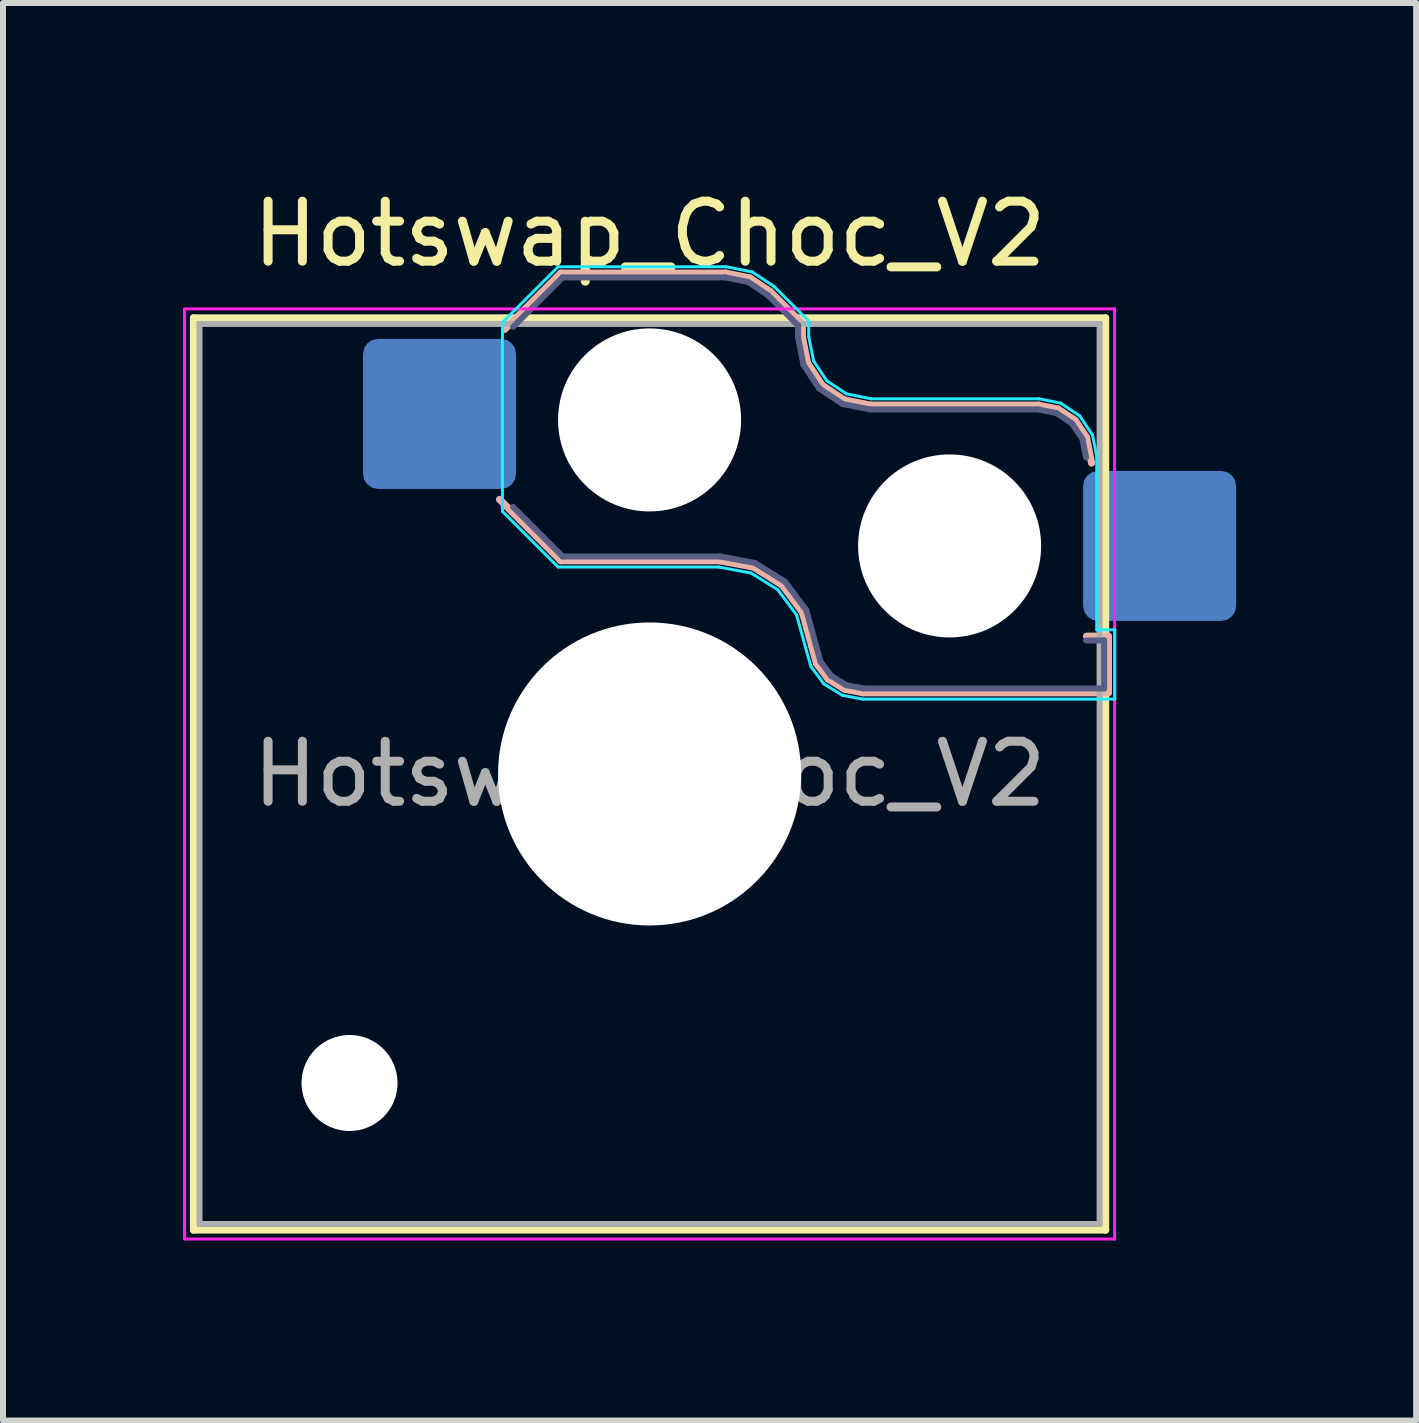
<source format=kicad_pcb>
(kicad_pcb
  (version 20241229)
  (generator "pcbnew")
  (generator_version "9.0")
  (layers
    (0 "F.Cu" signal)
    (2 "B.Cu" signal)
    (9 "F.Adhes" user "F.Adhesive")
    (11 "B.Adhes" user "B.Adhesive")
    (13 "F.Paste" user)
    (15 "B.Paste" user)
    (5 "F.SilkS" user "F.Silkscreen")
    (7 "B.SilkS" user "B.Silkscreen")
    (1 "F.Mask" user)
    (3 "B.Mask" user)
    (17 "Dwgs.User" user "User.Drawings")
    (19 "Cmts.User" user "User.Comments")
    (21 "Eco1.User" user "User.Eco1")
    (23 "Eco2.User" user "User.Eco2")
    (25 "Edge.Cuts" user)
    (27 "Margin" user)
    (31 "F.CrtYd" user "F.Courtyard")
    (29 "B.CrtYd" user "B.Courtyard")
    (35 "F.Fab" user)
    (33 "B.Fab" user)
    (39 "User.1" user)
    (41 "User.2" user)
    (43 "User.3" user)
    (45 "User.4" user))
  (footprint "Hotswap_Choc_V2"
    (layer "F.Cu")
    (at 7.775 9.848)
    (property "Reference" "Hotswap_Choc_V2" (at 0 -9 0) (layer "F.SilkS") (effects (font (size 1 1) (thickness 0.15))))
    (attr smd)
    (fp_line (start -7.6 -7.6) (end -7.6 7.6) (stroke (width 0.12) (type solid)) (layer "F.SilkS"))
    (fp_line (start -7.6 7.6) (end 7.6 7.6) (stroke (width 0.12) (type solid)) (layer "F.SilkS"))
    (fp_line (start 7.6 -7.6) (end -7.6 -7.6) (stroke (width 0.12) (type solid)) (layer "F.SilkS"))
    (fp_line (start 7.6 7.6) (end 7.6 -7.6) (stroke (width 0.12) (type solid)) (layer "F.SilkS"))
    (fp_line (start -2.416 -7.409) (end -1.479 -8.346) (stroke (width 0.12) (type solid)) (layer "B.SilkS"))
    (fp_line (start -1.479 -8.346) (end 1.268 -8.346) (stroke (width 0.12) (type solid)) (layer "B.SilkS"))
    (fp_line (start -1.479 -3.554) (end -2.5 -4.575) (stroke (width 0.12) (type solid)) (layer "B.SilkS"))
    (fp_line (start 1.168 -3.554) (end -1.479 -3.554) (stroke (width 0.12) (type solid)) (layer "B.SilkS"))
    (fp_line (start 1.268 -8.346) (end 1.671 -8.266) (stroke (width 0.12) (type solid)) (layer "B.SilkS"))
    (fp_line (start 1.671 -8.266) (end 2.013 -8.037) (stroke (width 0.12) (type solid)) (layer "B.SilkS"))
    (fp_line (start 1.73 -3.449) (end 1.168 -3.554) (stroke (width 0.12) (type solid)) (layer "B.SilkS"))
    (fp_line (start 2.013 -8.037) (end 2.546 -7.504) (stroke (width 0.12) (type solid)) (layer "B.SilkS"))
    (fp_line (start 2.209 -3.15) (end 1.73 -3.449) (stroke (width 0.12) (type solid)) (layer "B.SilkS"))
    (fp_line (start 2.546 -7.504) (end 2.546 -7.282) (stroke (width 0.12) (type solid)) (layer "B.SilkS"))
    (fp_line (start 2.546 -7.282) (end 2.633 -6.844) (stroke (width 0.12) (type solid)) (layer "B.SilkS"))
    (fp_line (start 2.547 -2.697) (end 2.209 -3.15) (stroke (width 0.12) (type solid)) (layer "B.SilkS"))
    (fp_line (start 2.633 -6.844) (end 2.877 -6.477) (stroke (width 0.12) (type solid)) (layer "B.SilkS"))
    (fp_line (start 2.701 -2.139) (end 2.547 -2.697) (stroke (width 0.12) (type solid)) (layer "B.SilkS"))
    (fp_line (start 2.783 -1.841) (end 2.701 -2.139) (stroke (width 0.12) (type solid)) (layer "B.SilkS"))
    (fp_line (start 2.877 -6.477) (end 3.244 -6.233) (stroke (width 0.12) (type solid)) (layer "B.SilkS"))
    (fp_line (start 2.976 -1.583) (end 2.783 -1.841) (stroke (width 0.12) (type solid)) (layer "B.SilkS"))
    (fp_line (start 3.244 -6.233) (end 3.682 -6.146) (stroke (width 0.12) (type solid)) (layer "B.SilkS"))
    (fp_line (start 3.25 -1.413) (end 2.976 -1.583) (stroke (width 0.12) (type solid)) (layer "B.SilkS"))
    (fp_line (start 3.56 -1.354) (end 3.25 -1.413) (stroke (width 0.12) (type solid)) (layer "B.SilkS"))
    (fp_line (start 3.682 -6.146) (end 6.482 -6.146) (stroke (width 0.12) (type solid)) (layer "B.SilkS"))
    (fp_line (start 6.482 -6.146) (end 6.809 -6.081) (stroke (width 0.12) (type solid)) (layer "B.SilkS"))
    (fp_line (start 6.809 -6.081) (end 7.092 -5.892) (stroke (width 0.12) (type solid)) (layer "B.SilkS"))
    (fp_line (start 7.092 -5.892) (end 7.281 -5.609) (stroke (width 0.12) (type solid)) (layer "B.SilkS"))
    (fp_line (start 7.281 -5.609) (end 7.366 -5.182) (stroke (width 0.12) (type solid)) (layer "B.SilkS"))
    (fp_line (start 7.283 -2.296) (end 7.646 -2.296) (stroke (width 0.12) (type solid)) (layer "B.SilkS"))
    (fp_line (start 7.646 -2.296) (end 7.646 -1.354) (stroke (width 0.12) (type solid)) (layer "B.SilkS"))
    (fp_line (start 7.646 -1.354) (end 3.56 -1.354) (stroke (width 0.12) (type solid)) (layer "B.SilkS"))
    (fp_line (start -7.25 -7.25) (end -7.25 7.25) (stroke (width 0.1) (type solid)) (layer "Eco1.User"))
    (fp_line (start -7.25 7.25) (end 7.25 7.25) (stroke (width 0.1) (type solid)) (layer "Eco1.User"))
    (fp_line (start 7.25 -7.25) (end -7.25 -7.25) (stroke (width 0.1) (type solid)) (layer "Eco1.User"))
    (fp_line (start 7.25 7.25) (end 7.25 -7.25) (stroke (width 0.1) (type solid)) (layer "Eco1.User"))
    (fp_line (start -2.452 -7.523) (end -1.523 -8.452) (stroke (width 0.05) (type solid)) (layer "B.CrtYd"))
    (fp_line (start -2.452 -4.377) (end -2.452 -7.523) (stroke (width 0.05) (type solid)) (layer "B.CrtYd"))
    (fp_line (start -1.523 -8.452) (end 1.278 -8.452) (stroke (width 0.05) (type solid)) (layer "B.CrtYd"))
    (fp_line (start -1.523 -3.448) (end -2.452 -4.377) (stroke (width 0.05) (type solid)) (layer "B.CrtYd"))
    (fp_line (start 1.159 -3.448) (end -1.523 -3.448) (stroke (width 0.05) (type solid)) (layer "B.CrtYd"))
    (fp_line (start 1.278 -8.452) (end 1.712 -8.366) (stroke (width 0.05) (type solid)) (layer "B.CrtYd"))
    (fp_line (start 1.691 -3.348) (end 1.159 -3.448) (stroke (width 0.05) (type solid)) (layer "B.CrtYd"))
    (fp_line (start 1.712 -8.366) (end 2.081 -8.119) (stroke (width 0.05) (type solid)) (layer "B.CrtYd"))
    (fp_line (start 2.081 -8.119) (end 2.652 -7.548) (stroke (width 0.05) (type solid)) (layer "B.CrtYd"))
    (fp_line (start 2.136 -3.071) (end 1.691 -3.348) (stroke (width 0.05) (type solid)) (layer "B.CrtYd"))
    (fp_line (start 2.45 -2.65) (end 2.136 -3.071) (stroke (width 0.05) (type solid)) (layer "B.CrtYd"))
    (fp_line (start 2.599 -2.111) (end 2.45 -2.65) (stroke (width 0.05) (type solid)) (layer "B.CrtYd"))
    (fp_line (start 2.652 -7.548) (end 2.652 -7.292) (stroke (width 0.05) (type solid)) (layer "B.CrtYd"))
    (fp_line (start 2.652 -7.292) (end 2.733 -6.885) (stroke (width 0.05) (type solid)) (layer "B.CrtYd"))
    (fp_line (start 2.687 -1.794) (end 2.599 -2.111) (stroke (width 0.05) (type solid)) (layer "B.CrtYd"))
    (fp_line (start 2.733 -6.885) (end 2.953 -6.553) (stroke (width 0.05) (type solid)) (layer "B.CrtYd"))
    (fp_line (start 2.903 -1.503) (end 2.687 -1.794) (stroke (width 0.05) (type solid)) (layer "B.CrtYd"))
    (fp_line (start 2.953 -6.553) (end 3.285 -6.333) (stroke (width 0.05) (type solid)) (layer "B.CrtYd"))
    (fp_line (start 3.211 -1.312) (end 2.903 -1.503) (stroke (width 0.05) (type solid)) (layer "B.CrtYd"))
    (fp_line (start 3.285 -6.333) (end 3.692 -6.252) (stroke (width 0.05) (type solid)) (layer "B.CrtYd"))
    (fp_line (start 3.55 -1.248) (end 3.211 -1.312) (stroke (width 0.05) (type solid)) (layer "B.CrtYd"))
    (fp_line (start 3.692 -6.252) (end 6.492 -6.252) (stroke (width 0.05) (type solid)) (layer "B.CrtYd"))
    (fp_line (start 6.492 -6.252) (end 6.85 -6.181) (stroke (width 0.05) (type solid)) (layer "B.CrtYd"))
    (fp_line (start 6.85 -6.181) (end 7.168 -5.968) (stroke (width 0.05) (type solid)) (layer "B.CrtYd"))
    (fp_line (start 7.168 -5.968) (end 7.381 -5.65) (stroke (width 0.05) (type solid)) (layer "B.CrtYd"))
    (fp_line (start 7.381 -5.65) (end 7.452 -5.292) (stroke (width 0.05) (type solid)) (layer "B.CrtYd"))
    (fp_line (start 7.452 -5.292) (end 7.452 -2.402) (stroke (width 0.05) (type solid)) (layer "B.CrtYd"))
    (fp_line (start 7.452 -2.402) (end 7.752 -2.402) (stroke (width 0.05) (type solid)) (layer "B.CrtYd"))
    (fp_line (start 7.752 -2.402) (end 7.752 -1.248) (stroke (width 0.05) (type solid)) (layer "B.CrtYd"))
    (fp_line (start 7.752 -1.248) (end 3.55 -1.248) (stroke (width 0.05) (type solid)) (layer "B.CrtYd"))
    (fp_line (start -7.75 -7.75) (end -7.75 7.75) (stroke (width 0.05) (type solid)) (layer "F.CrtYd"))
    (fp_line (start -7.75 7.75) (end 7.75 7.75) (stroke (width 0.05) (type solid)) (layer "F.CrtYd"))
    (fp_line (start 7.75 -7.75) (end -7.75 -7.75) (stroke (width 0.05) (type solid)) (layer "F.CrtYd"))
    (fp_line (start 7.75 7.75) (end 7.75 -7.75) (stroke (width 0.05) (type solid)) (layer "F.CrtYd"))
    (fp_line (start -2.275 -7.45) (end -1.45 -8.275) (stroke (width 0.1) (type solid)) (layer "B.Fab"))
    (fp_line (start -1.45 -8.275) (end 1.261 -8.275) (stroke (width 0.1) (type solid)) (layer "B.Fab"))
    (fp_line (start -1.45 -3.625) (end -2.275 -4.45) (stroke (width 0.1) (type solid)) (layer "B.Fab"))
    (fp_line (start 1.175 -3.625) (end -1.45 -3.625) (stroke (width 0.1) (type solid)) (layer "B.Fab"))
    (fp_line (start 1.261 -8.275) (end 1.643 -8.199) (stroke (width 0.1) (type solid)) (layer "B.Fab"))
    (fp_line (start 1.643 -8.199) (end 1.968 -7.982) (stroke (width 0.1) (type solid)) (layer "B.Fab"))
    (fp_line (start 1.756 -3.516) (end 1.175 -3.625) (stroke (width 0.1) (type solid)) (layer "B.Fab"))
    (fp_line (start 1.968 -7.982) (end 2.475 -7.475) (stroke (width 0.1) (type solid)) (layer "B.Fab"))
    (fp_line (start 2.258 -3.203) (end 1.756 -3.516) (stroke (width 0.1) (type solid)) (layer "B.Fab"))
    (fp_line (start 2.475 -7.475) (end 2.475 -7.275) (stroke (width 0.1) (type solid)) (layer "B.Fab"))
    (fp_line (start 2.475 -7.275) (end 2.566 -6.816) (stroke (width 0.1) (type solid)) (layer "B.Fab"))
    (fp_line (start 2.566 -6.816) (end 2.826 -6.426) (stroke (width 0.1) (type solid)) (layer "B.Fab"))
    (fp_line (start 2.612 -2.729) (end 2.258 -3.203) (stroke (width 0.1) (type solid)) (layer "B.Fab"))
    (fp_line (start 2.769 -2.158) (end 2.612 -2.729) (stroke (width 0.1) (type solid)) (layer "B.Fab"))
    (fp_line (start 2.826 -6.426) (end 3.216 -6.166) (stroke (width 0.1) (type solid)) (layer "B.Fab"))
    (fp_line (start 2.848 -1.873) (end 2.769 -2.158) (stroke (width 0.1) (type solid)) (layer "B.Fab"))
    (fp_line (start 3.025 -1.636) (end 2.848 -1.873) (stroke (width 0.1) (type solid)) (layer "B.Fab"))
    (fp_line (start 3.216 -6.166) (end 3.675 -6.075) (stroke (width 0.1) (type solid)) (layer "B.Fab"))
    (fp_line (start 3.276 -1.48) (end 3.025 -1.636) (stroke (width 0.1) (type solid)) (layer "B.Fab"))
    (fp_line (start 3.567 -1.425) (end 3.276 -1.48) (stroke (width 0.1) (type solid)) (layer "B.Fab"))
    (fp_line (start 3.675 -6.075) (end 6.475 -6.075) (stroke (width 0.1) (type solid)) (layer "B.Fab"))
    (fp_line (start 6.475 -6.075) (end 6.781 -6.014) (stroke (width 0.1) (type solid)) (layer "B.Fab"))
    (fp_line (start 6.781 -6.014) (end 7.041 -5.841) (stroke (width 0.1) (type solid)) (layer "B.Fab"))
    (fp_line (start 7.041 -5.841) (end 7.214 -5.581) (stroke (width 0.1) (type solid)) (layer "B.Fab"))
    (fp_line (start 7.214 -5.581) (end 7.275 -5.275) (stroke (width 0.1) (type solid)) (layer "B.Fab"))
    (fp_line (start 7.275 -2.225) (end 7.575 -2.225) (stroke (width 0.1) (type solid)) (layer "B.Fab"))
    (fp_line (start 7.575 -2.225) (end 7.575 -1.425) (stroke (width 0.1) (type solid)) (layer "B.Fab"))
    (fp_line (start 7.575 -1.425) (end 3.567 -1.425) (stroke (width 0.1) (type solid)) (layer "B.Fab"))
    (fp_line (start -7.5 -7.5) (end -7.5 7.5) (stroke (width 0.1) (type solid)) (layer "F.Fab"))
    (fp_line (start -7.5 7.5) (end 7.5 7.5) (stroke (width 0.1) (type solid)) (layer "F.Fab"))
    (fp_line (start 7.5 -7.5) (end -7.5 -7.5) (stroke (width 0.1) (type solid)) (layer "F.Fab"))
    (fp_line (start 7.5 7.5) (end 7.5 -7.5) (stroke (width 0.1) (type solid)) (layer "F.Fab"))
    (fp_text user "${REFERENCE}" (at 0 0 0) (layer "F.Fab") (effects (font (size 1 1) (thickness 0.15))))
    (pad "" np_thru_hole circle (at -5 5.15) (size 1.6 1.6) (drill 1.6) (layers "*.Cu" "*.Mask"))
    (pad "" np_thru_hole circle (at 0 -5.9) (size 3.05 3.05) (drill 3.05) (layers "*.Cu" "*.Mask"))
    (pad "" np_thru_hole circle (at 0 0) (size 5.05 5.05) (drill 5.05) (layers "*.Cu" "*.Mask"))
    (pad "" np_thru_hole circle (at 5 -3.8) (size 3.05 3.05) (drill 3.05) (layers "*.Cu" "*.Mask"))
    (pad "1" smd roundrect (at -3.5 -6) (size 2.55 2.5) (layers "B.Cu" "B.Mask" "B.Paste") (roundrect_rratio 0.1))
    (pad "2" smd roundrect (at 8.5 -3.8) (size 2.55 2.5) (layers "B.Cu" "B.Mask" "B.Paste") (roundrect_rratio 0.1)))
  (gr_rect
    (start -3 -3)
    (end 20.55 20.623)
    (stroke (width 0.1) (type default))
    (fill no)
    (layer "Edge.Cuts")))
</source>
